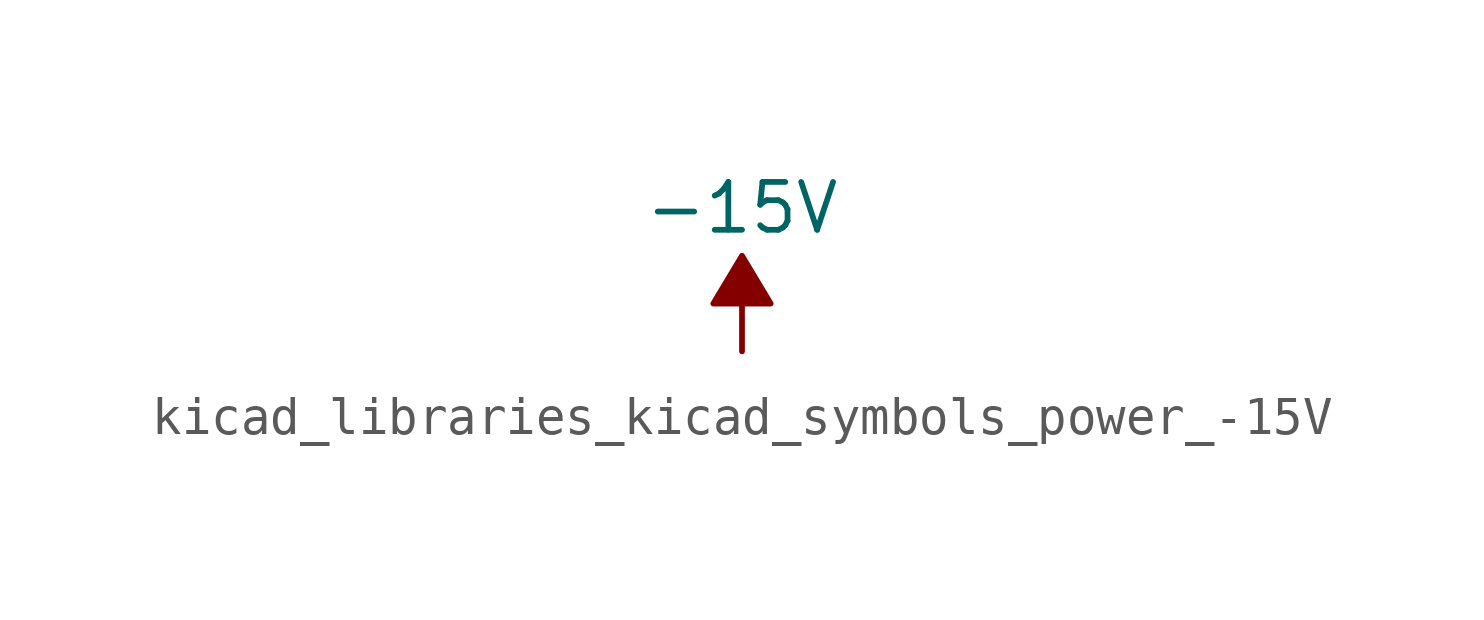
<source format=kicad_sym>
(kicad_symbol_lib
  (version 20220914)
  (generator kicad_symbol_editor)
  (symbol "kicad_libraries_kicad_symbols_power_-15V"
    (power)
    (pin_names
      (offset 0))
    (property "Reference" "#PWR"
      (at 0 2.54 0)
      (effects (font (size 1.27 1.27)) hide))
    (property "Value" "-15V"
      (at 0 3.81 0)
      (effects (font (size 1.27 1.27))))
    (symbol "kicad_libraries_kicad_symbols_power_-15V_0_0"
      (pin power_in line (at 0 0 90) (length 0) hide (name "-15V" (effects (font (size 1.27 1.27)))) (number "1" (effects (font (size 1.27 1.27))))))
    (symbol "kicad_libraries_kicad_symbols_power_-15V_0_1"
      (polyline (pts (xy 0 0) (xy 0 1.27) (xy 0.762 1.27) (xy 0 2.54) (xy -0.762 1.27) (xy 0 1.27)) (stroke (width 0) (type default)) (fill (type outline))))))
</source>
